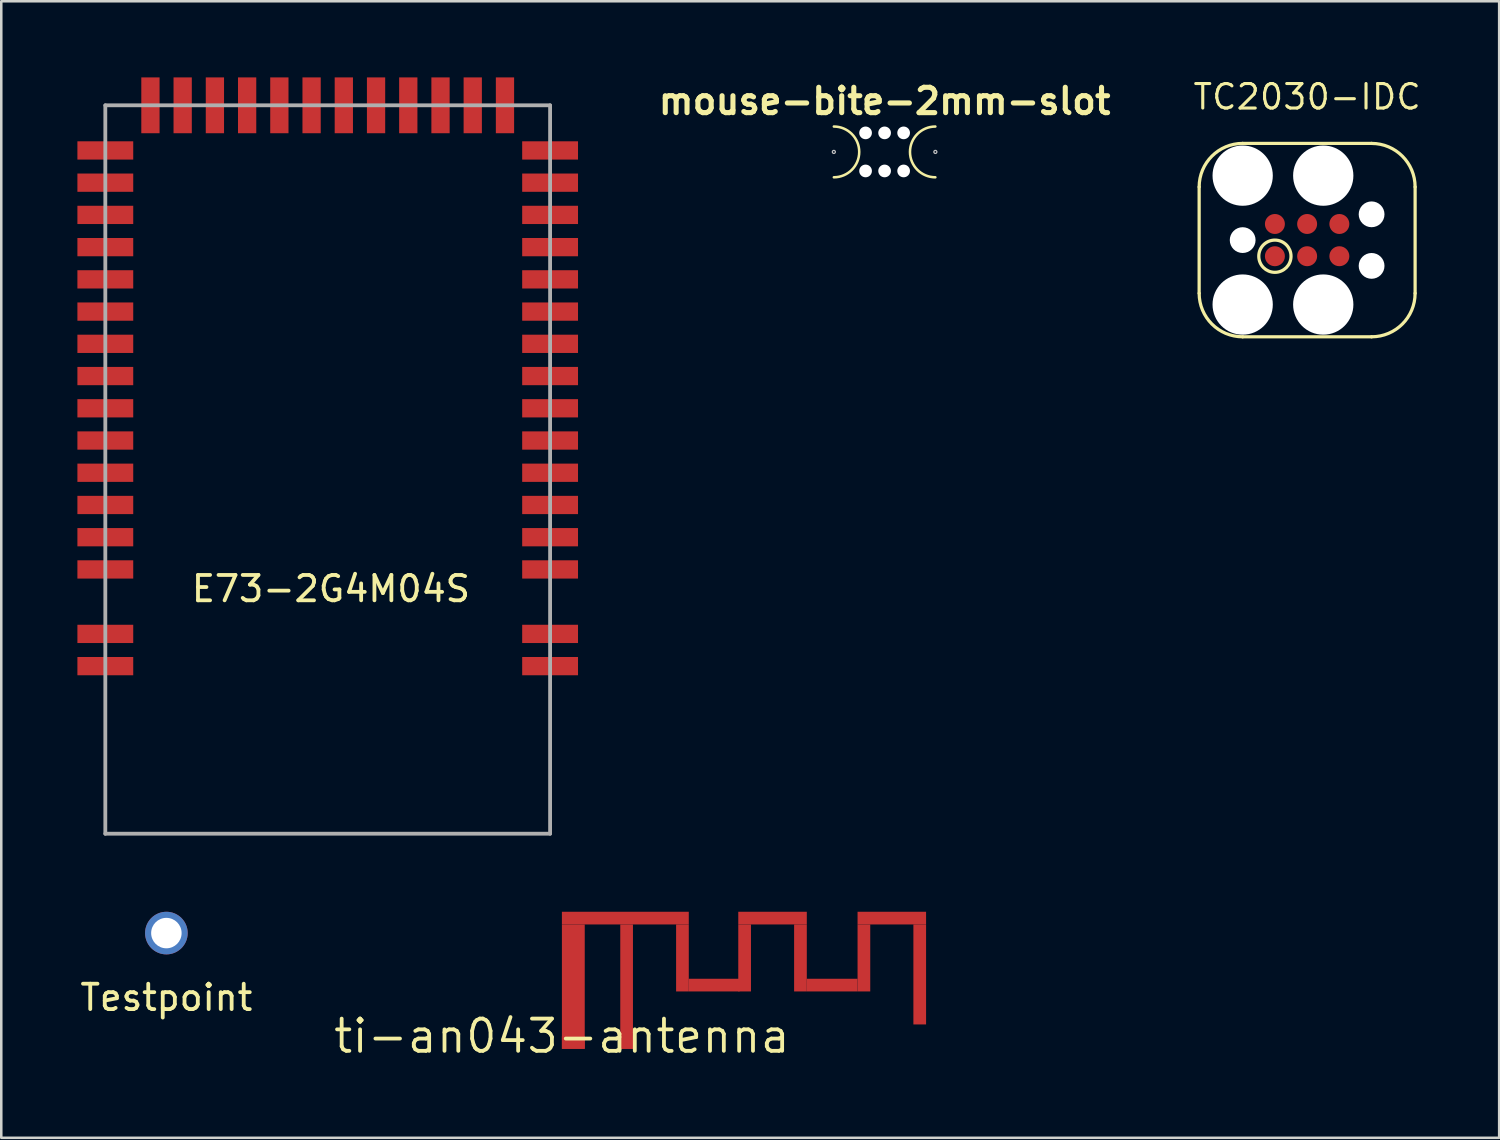
<source format=kicad_pcb>
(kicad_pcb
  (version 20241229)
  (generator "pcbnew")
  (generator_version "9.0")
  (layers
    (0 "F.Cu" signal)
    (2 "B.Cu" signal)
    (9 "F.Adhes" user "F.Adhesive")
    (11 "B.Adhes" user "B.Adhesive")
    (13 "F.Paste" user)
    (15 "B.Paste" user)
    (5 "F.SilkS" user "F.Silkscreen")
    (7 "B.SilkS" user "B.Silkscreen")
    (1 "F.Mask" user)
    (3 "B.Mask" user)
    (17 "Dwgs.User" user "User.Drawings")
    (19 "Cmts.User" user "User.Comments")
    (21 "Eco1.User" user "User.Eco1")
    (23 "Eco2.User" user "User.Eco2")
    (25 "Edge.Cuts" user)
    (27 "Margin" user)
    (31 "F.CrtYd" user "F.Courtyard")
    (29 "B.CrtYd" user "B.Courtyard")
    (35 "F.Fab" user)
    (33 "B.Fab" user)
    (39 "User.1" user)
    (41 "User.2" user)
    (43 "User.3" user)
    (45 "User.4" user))
  (footprint "Testpoint"
    (layer "F.Cu")
    (at 3.506 33.717)
    (property "Reference" "Testpoint" (at 0 2.54 0) (layer "F.SilkS") (effects (font (size 1 1) (thickness 0.15))))
    (attr through_hole)
    (pad "1" thru_hole circle (at 0 0) (size 1.68 1.68) (drill 1.2) (layers "*.Cu" "*.Mask")))
  (footprint "TC2030-IDC"
    (layer "F.Cu")
    (at 48.456 6.411)
    (property "Reference" "TC2030-IDC" (at 0 -5.08 0) (layer "F.SilkS") (effects (font (size 0.965 0.965) (thickness 0.122)) (justify bottom)))
    (attr through_hole)
    (fp_line (start -4.255 2.095) (end -4.255 -2.095) (stroke (width 0.127) (type solid)) (layer "F.SilkS"))
    (fp_line (start -2.54 -3.81) (end 2.54 -3.81) (stroke (width 0.127) (type solid)) (layer "F.SilkS"))
    (fp_line (start 2.54 3.81) (end -2.54 3.81) (stroke (width 0.127) (type solid)) (layer "F.SilkS"))
    (fp_line (start 4.255 -2.095) (end 4.255 2.095) (stroke (width 0.127) (type solid)) (layer "F.SilkS"))
    (fp_arc (start -4.254501 -2.095499) (mid -3.752335 -3.307834) (end -2.54 -3.81) (stroke (width 0.127) (type solid)) (layer "F.SilkS"))
    (fp_arc (start -2.539999 3.809999) (mid -3.752334 3.307834) (end -4.2545 2.0955) (stroke (width 0.127) (type solid)) (layer "F.SilkS"))
    (fp_arc (start 2.539999 -3.809999) (mid 3.752334 -3.307834) (end 4.2545 -2.0955) (stroke (width 0.127) (type solid)) (layer "F.SilkS"))
    (fp_arc (start 4.254501 2.095499) (mid 3.752335 3.307834) (end 2.54 3.81) (stroke (width 0.127) (type solid)) (layer "F.SilkS"))
    (fp_circle (center -1.27 0.635) (end -0.635 0.635) (stroke (width 0.127) (type solid)) (fill no) (layer "F.SilkS"))
    (pad "" np_thru_hole circle (at -2.54 -2.54) (size 2.375 2.375) (drill 2.375) (layers "*.Cu"))
    (pad "" np_thru_hole circle (at -2.54 0) (size 1.016 1.016) (drill 1.016) (layers "*.Cu"))
    (pad "" np_thru_hole circle (at -2.54 2.54) (size 2.375 2.375) (drill 2.375) (layers "*.Cu"))
    (pad "" np_thru_hole circle (at 0.635 -2.54) (size 2.375 2.375) (drill 2.375) (layers "*.Cu"))
    (pad "" np_thru_hole circle (at 0.635 2.54) (size 2.375 2.375) (drill 2.375) (layers "*.Cu"))
    (pad "" np_thru_hole circle (at 2.54 -1.016) (size 1.016 1.016) (drill 1.016) (layers "*.Cu"))
    (pad "" np_thru_hole circle (at 2.54 1.016) (size 1.016 1.016) (drill 1.016) (layers "*.Cu"))
    (pad "1" smd circle (at -1.27 0.635) (size 0.787 0.787) (layers "F.Cu" "F.Mask" "F.Paste"))
    (pad "2" smd circle (at -1.27 -0.635) (size 0.787 0.787) (layers "F.Cu" "F.Mask" "F.Paste"))
    (pad "3" smd circle (at 0 0.635) (size 0.787 0.787) (layers "F.Cu" "F.Mask" "F.Paste"))
    (pad "4" smd circle (at 0 -0.635) (size 0.787 0.787) (layers "F.Cu" "F.Mask" "F.Paste"))
    (pad "5" smd circle (at 1.27 0.635) (size 0.787 0.787) (layers "F.Cu" "F.Mask" "F.Paste"))
    (pad "6" smd circle (at 1.27 -0.635) (size 0.787 0.787) (layers "F.Cu" "F.Mask" "F.Paste")))
  (footprint "E73-2G4M04S"
    (layer "F.Cu")
    (at 9.99 15.324)
    (property "Reference" "E73-2G4M04S" (at 0 4.826 0) (layer "F.SilkS") (effects (font (size 1 1) (thickness 0.15))))
    (attr through_hole)
    (fp_line (start -8.89 -14.224) (end -8.89 14.478) (stroke (width 0.15) (type solid)) (layer "F.Fab"))
    (fp_line (start -8.89 -14.224) (end 8.636 -14.224) (stroke (width 0.15) (type solid)) (layer "F.Fab"))
    (fp_line (start -8.89 14.478) (end 8.636 14.478) (stroke (width 0.15) (type solid)) (layer "F.Fab"))
    (fp_line (start 8.636 -14.224) (end 8.636 14.478) (stroke (width 0.15) (type solid)) (layer "F.Fab"))
    (pad "0" smd rect (at 8.636 7.874) (size 2.2 0.72) (layers "F.Cu" "F.Mask" "F.Paste"))
    (pad "1" smd rect (at 8.636 6.604) (size 2.2 0.72) (layers "F.Cu" "F.Mask" "F.Paste"))
    (pad "2" smd rect (at 8.636 4.064) (size 2.2 0.72) (layers "F.Cu" "F.Mask" "F.Paste"))
    (pad "3" smd rect (at 8.636 2.794) (size 2.2 0.72) (layers "F.Cu" "F.Mask" "F.Paste"))
    (pad "4" smd rect (at 8.636 1.524) (size 2.2 0.72) (layers "F.Cu" "F.Mask" "F.Paste"))
    (pad "5" smd rect (at 8.636 0.254) (size 2.2 0.72) (layers "F.Cu" "F.Mask" "F.Paste"))
    (pad "6" smd rect (at 8.636 -1.016) (size 2.2 0.72) (layers "F.Cu" "F.Mask" "F.Paste"))
    (pad "7" smd rect (at 8.636 -2.286) (size 2.2 0.72) (layers "F.Cu" "F.Mask" "F.Paste"))
    (pad "8" smd rect (at 8.636 -3.556) (size 2.2 0.72) (layers "F.Cu" "F.Mask" "F.Paste"))
    (pad "9" smd rect (at 8.636 -4.826) (size 2.2 0.72) (layers "F.Cu" "F.Mask" "F.Paste"))
    (pad "10" smd rect (at 8.636 -6.096) (size 2.2 0.72) (layers "F.Cu" "F.Mask" "F.Paste"))
    (pad "11" smd rect (at 8.636 -7.366) (size 2.2 0.72) (layers "F.Cu" "F.Mask" "F.Paste"))
    (pad "12" smd rect (at 8.636 -8.636) (size 2.2 0.72) (layers "F.Cu" "F.Mask" "F.Paste"))
    (pad "13" smd rect (at 8.636 -9.906) (size 2.2 0.72) (layers "F.Cu" "F.Mask" "F.Paste"))
    (pad "14" smd rect (at 8.636 -11.176) (size 2.2 0.72) (layers "F.Cu" "F.Mask" "F.Paste"))
    (pad "15" smd rect (at 8.636 -12.446) (size 2.2 0.72) (layers "F.Cu" "F.Mask" "F.Paste"))
    (pad "16" smd rect (at 6.858 -14.224) (size 0.72 2.2) (layers "F.Cu" "F.Mask" "F.Paste"))
    (pad "17" smd rect (at 5.588 -14.224) (size 0.72 2.2) (layers "F.Cu" "F.Mask" "F.Paste"))
    (pad "18" smd rect (at 4.318 -14.224) (size 0.72 2.2) (layers "F.Cu" "F.Mask" "F.Paste"))
    (pad "19" smd rect (at 3.048 -14.224) (size 0.72 2.2) (layers "F.Cu" "F.Mask" "F.Paste"))
    (pad "20" smd rect (at 1.778 -14.224) (size 0.72 2.2) (layers "F.Cu" "F.Mask" "F.Paste"))
    (pad "21" smd rect (at 0.508 -14.224) (size 0.72 2.2) (layers "F.Cu" "F.Mask" "F.Paste"))
    (pad "22" smd rect (at -0.762 -14.224) (size 0.72 2.2) (layers "F.Cu" "F.Mask" "F.Paste"))
    (pad "23" smd rect (at -2.032 -14.224) (size 0.72 2.2) (layers "F.Cu" "F.Mask" "F.Paste"))
    (pad "24" smd rect (at -3.302 -14.224) (size 0.72 2.2) (layers "F.Cu" "F.Mask" "F.Paste"))
    (pad "25" smd rect (at -4.572 -14.224) (size 0.72 2.2) (layers "F.Cu" "F.Mask" "F.Paste"))
    (pad "26" smd rect (at -5.842 -14.224) (size 0.72 2.2) (layers "F.Cu" "F.Mask" "F.Paste"))
    (pad "27" smd rect (at -7.112 -14.224) (size 0.72 2.2) (layers "F.Cu" "F.Mask" "F.Paste"))
    (pad "28" smd rect (at -8.89 -12.446) (size 2.2 0.72) (layers "F.Cu" "F.Mask" "F.Paste"))
    (pad "29" smd rect (at -8.89 -11.176) (size 2.2 0.72) (layers "F.Cu" "F.Mask" "F.Paste"))
    (pad "30" smd rect (at -8.89 -9.906) (size 2.2 0.72) (layers "F.Cu" "F.Mask" "F.Paste"))
    (pad "31" smd rect (at -8.89 -8.636) (size 2.2 0.72) (layers "F.Cu" "F.Mask" "F.Paste"))
    (pad "32" smd rect (at -8.89 -7.366) (size 2.2 0.72) (layers "F.Cu" "F.Mask" "F.Paste"))
    (pad "33" smd rect (at -8.89 -6.096) (size 2.2 0.72) (layers "F.Cu" "F.Mask" "F.Paste"))
    (pad "34" smd rect (at -8.89 -4.826) (size 2.2 0.72) (layers "F.Cu" "F.Mask" "F.Paste"))
    (pad "35" smd rect (at -8.89 -3.556) (size 2.2 0.72) (layers "F.Cu" "F.Mask" "F.Paste"))
    (pad "36" smd rect (at -8.89 -2.286) (size 2.2 0.72) (layers "F.Cu" "F.Mask" "F.Paste"))
    (pad "37" smd rect (at -8.89 -1.016) (size 2.2 0.72) (layers "F.Cu" "F.Mask" "F.Paste"))
    (pad "38" smd rect (at -8.89 0.254) (size 2.2 0.72) (layers "F.Cu" "F.Mask" "F.Paste"))
    (pad "39" smd rect (at -8.89 1.524) (size 2.2 0.72) (layers "F.Cu" "F.Mask" "F.Paste"))
    (pad "40" smd rect (at -8.89 2.794) (size 2.2 0.72) (layers "F.Cu" "F.Mask" "F.Paste"))
    (pad "41" smd rect (at -8.89 4.064) (size 2.2 0.72) (layers "F.Cu" "F.Mask" "F.Paste"))
    (pad "42" smd rect (at -8.89 6.604) (size 2.2 0.72) (layers "F.Cu" "F.Mask" "F.Paste"))
    (pad "43" smd rect (at -8.89 7.874) (size 2.2 0.72) (layers "F.Cu" "F.Mask" "F.Paste")))
  (footprint "ti-an043-antenna"
    (layer "F.Cu")
    (at 19.091 37.777)
    (property "Reference" "ti-an043-antenna" (at 0 0 0) (layer "F.SilkS") (effects (font (size 1.27 1.27) (thickness 0.15))))
    (attr through_hole)
    (fp_poly (pts (xy 0 -4.9) (xy 0 -4.4) (xy 5 -4.4) (xy 5 -4.9) (xy 0 -4.9)) (stroke (width 0) (type solid)) (fill yes) (layer "F.Cu"))
    (fp_poly (pts (xy 0 -4.4) (xy 0 0.5) (xy 0.9 0.5) (xy 0.9 -4.4) (xy 0 -4.4)) (stroke (width 0) (type solid)) (fill yes) (layer "F.Cu"))
    (fp_poly (pts (xy 2.3 -4.4) (xy 2.3 0.5) (xy 2.8 0.5) (xy 2.8 -4.4) (xy 2.3 -4.4)) (stroke (width 0) (type solid)) (fill yes) (layer "F.Cu"))
    (fp_poly (pts (xy 4.5 -4.4) (xy 4.5 -1.76) (xy 5 -1.76) (xy 5 -4.4) (xy 4.5 -4.4)) (stroke (width 0) (type solid)) (fill yes) (layer "F.Cu"))
    (fp_poly (pts (xy 5 -2.26) (xy 5 -1.76) (xy 7 -1.76) (xy 7 -2.26) (xy 5 -2.26)) (stroke (width 0) (type solid)) (fill yes) (layer "F.Cu"))
    (fp_poly (pts (xy 6.95 -4.9) (xy 6.95 -4.4) (xy 9.65 -4.4) (xy 9.65 -4.9) (xy 6.95 -4.9)) (stroke (width 0) (type solid)) (fill yes) (layer "F.Cu"))
    (fp_poly (pts (xy 6.95 -4.4) (xy 6.95 -1.76) (xy 7.45 -1.76) (xy 7.45 -4.4) (xy 6.95 -4.4)) (stroke (width 0) (type solid)) (fill yes) (layer "F.Cu"))
    (fp_poly (pts (xy 9.15 -4.4) (xy 9.15 -1.76) (xy 9.65 -1.76) (xy 9.65 -4.4) (xy 9.15 -4.4)) (stroke (width 0) (type solid)) (fill yes) (layer "F.Cu"))
    (fp_poly (pts (xy 9.65 -2.26) (xy 9.65 -1.76) (xy 11.65 -1.76) (xy 11.65 -2.26) (xy 9.65 -2.26)) (stroke (width 0) (type solid)) (fill yes) (layer "F.Cu"))
    (fp_poly (pts (xy 11.65 -4.9) (xy 11.65 -4.4) (xy 14.35 -4.4) (xy 14.35 -4.9) (xy 11.65 -4.9)) (stroke (width 0) (type solid)) (fill yes) (layer "F.Cu"))
    (fp_poly (pts (xy 11.65 -4.4) (xy 11.65 -1.76) (xy 12.15 -1.76) (xy 12.15 -4.4) (xy 11.65 -4.4)) (stroke (width 0) (type solid)) (fill yes) (layer "F.Cu"))
    (fp_poly (pts (xy 13.85 -4.4) (xy 13.85 -0.46) (xy 14.35 -0.46) (xy 14.35 -4.4) (xy 13.85 -4.4)) (stroke (width 0) (type solid)) (fill yes) (layer "F.Cu"))
    (pad "1" smd rect (at 2.55 0.25) (size 0.5 0.5) (layers "F.Cu" "F.Mask" "F.Paste"))
    (pad "2" smd rect (at 0.45 0.25) (size 0.9 0.5) (layers "F.Cu" "F.Mask" "F.Paste")))
  (footprint "mouse-bite-2mm-slot"
    (layer "F.Cu")
    (at 31.807 2.936)
    (property "Reference" "mouse-bite-2mm-slot" (at 0 -2 0) (layer "F.SilkS") (effects (font (size 1 1) (thickness 0.2))))
    (attr through_hole)
    (fp_arc (start -2 -1) (mid -1 0) (end -2 1) (stroke (width 0.1) (type solid)) (layer "F.SilkS"))
    (fp_arc (start 2 1) (mid 1 0) (end 2 -1) (stroke (width 0.1) (type solid)) (layer "F.SilkS"))
    (fp_circle (center -2 0) (end -2 -0.06) (stroke (width 0.05) (type solid)) (fill no) (layer "Dwgs.User"))
    (fp_circle (center 2 0) (end 2.06 0) (stroke (width 0.05) (type solid)) (fill no) (layer "Dwgs.User"))
    (fp_line (start -2 0) (end -2 0) (stroke (width 2) (type solid)) (layer "Eco1.User"))
    (fp_line (start 2 0) (end 2 0) (stroke (width 2) (type solid)) (layer "Eco1.User"))
    (pad "" np_thru_hole circle (at -0.75 -0.75) (size 0.5 0.5) (drill 0.5) (layers "*.Cu" "*.Mask"))
    (pad "" np_thru_hole circle (at -0.75 0.75) (size 0.5 0.5) (drill 0.5) (layers "*.Cu" "*.Mask"))
    (pad "" np_thru_hole circle (at 0 -0.75) (size 0.5 0.5) (drill 0.5) (layers "*.Cu" "*.Mask"))
    (pad "" np_thru_hole circle (at 0 0.75) (size 0.5 0.5) (drill 0.5) (layers "*.Cu" "*.Mask"))
    (pad "" np_thru_hole circle (at 0.75 -0.75) (size 0.5 0.5) (drill 0.5) (layers "*.Cu" "*.Mask"))
    (pad "" np_thru_hole circle (at 0.75 0.75) (size 0.5 0.5) (drill 0.5) (layers "*.Cu" "*.Mask")))
  (gr_rect
    (start -3 -3)
    (end 56.023 41.783)
    (stroke (width 0.1) (type default))
    (fill no)
    (layer "Edge.Cuts")))
</source>
